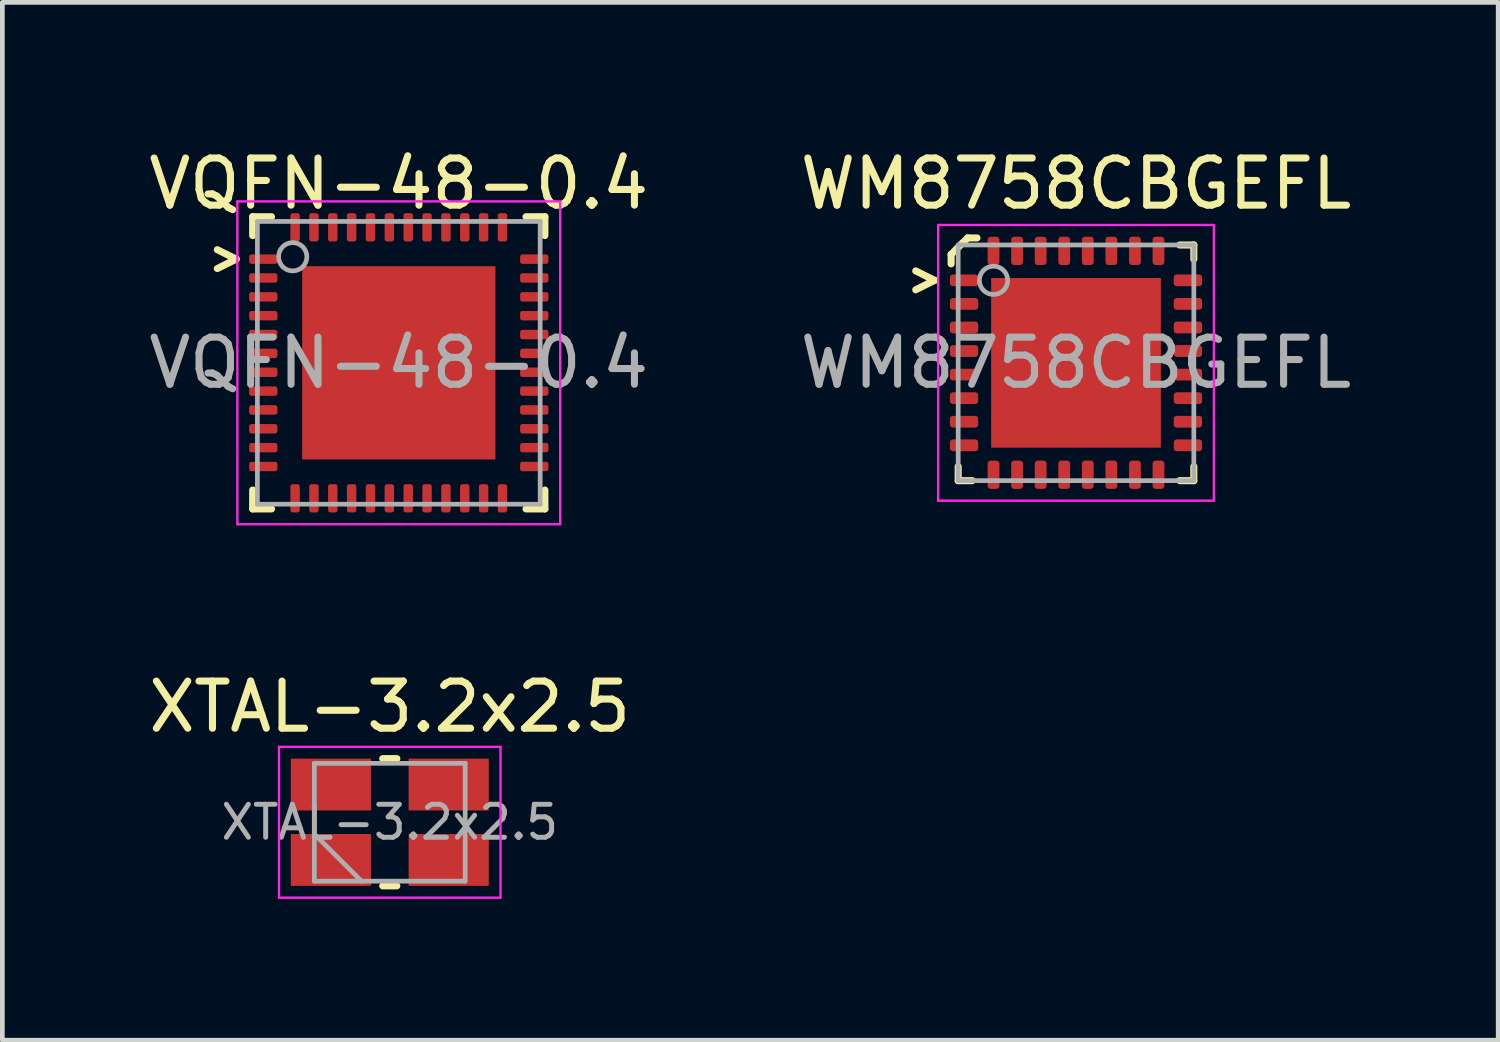
<source format=kicad_pcb>
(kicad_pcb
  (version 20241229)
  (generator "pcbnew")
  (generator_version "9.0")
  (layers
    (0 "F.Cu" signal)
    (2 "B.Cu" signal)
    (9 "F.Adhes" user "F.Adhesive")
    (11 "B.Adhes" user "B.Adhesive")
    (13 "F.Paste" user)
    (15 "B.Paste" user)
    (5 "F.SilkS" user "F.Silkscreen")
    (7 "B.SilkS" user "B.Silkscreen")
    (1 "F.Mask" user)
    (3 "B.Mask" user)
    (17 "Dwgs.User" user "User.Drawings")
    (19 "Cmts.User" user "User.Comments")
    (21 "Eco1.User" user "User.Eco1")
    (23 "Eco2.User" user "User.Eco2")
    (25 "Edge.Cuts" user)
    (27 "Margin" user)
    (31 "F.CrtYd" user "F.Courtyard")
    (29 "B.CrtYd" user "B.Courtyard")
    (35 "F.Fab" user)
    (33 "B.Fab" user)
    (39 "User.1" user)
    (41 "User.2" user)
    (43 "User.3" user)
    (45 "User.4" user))
  (footprint "XTAL-3.2x2.5"
    (layer "F.Cu")
    (at 5.22 14.396)
    (property "Reference" "XTAL-3.2x2.5" (at 0 -2.45 0) (layer "F.SilkS") (effects (font (size 1 1) (thickness 0.15))))
    (attr smd)
    (fp_line (start 0.15 -1.35) (end -0.15 -1.35) (stroke (width 0.15) (type solid)) (layer "F.SilkS"))
    (fp_line (start 0.15 1.35) (end -0.15 1.35) (stroke (width 0.15) (type solid)) (layer "F.SilkS"))
    (fp_line (start -2.35 -1.6) (end -2.35 1.6) (stroke (width 0.05) (type solid)) (layer "F.CrtYd"))
    (fp_line (start -2.35 1.6) (end 2.35 1.6) (stroke (width 0.05) (type solid)) (layer "F.CrtYd"))
    (fp_line (start 2.35 -1.6) (end -2.35 -1.6) (stroke (width 0.05) (type solid)) (layer "F.CrtYd"))
    (fp_line (start 2.35 1.6) (end 2.35 -1.6) (stroke (width 0.05) (type solid)) (layer "F.CrtYd"))
    (fp_line (start -1.6 -1.25) (end -1.6 1.25) (stroke (width 0.1) (type solid)) (layer "F.Fab"))
    (fp_line (start -1.6 0.25) (end -0.6 1.25) (stroke (width 0.1) (type solid)) (layer "F.Fab"))
    (fp_line (start -1.6 1.25) (end 1.6 1.25) (stroke (width 0.1) (type solid)) (layer "F.Fab"))
    (fp_line (start 1.6 -1.25) (end -1.6 -1.25) (stroke (width 0.1) (type solid)) (layer "F.Fab"))
    (fp_line (start 1.6 1.25) (end 1.6 -1.25) (stroke (width 0.1) (type solid)) (layer "F.Fab"))
    (fp_text user "${REFERENCE}" (at 0 0 0) (layer "F.Fab") (effects (font (size 0.7 0.7) (thickness 0.105))))
    (pad "1" smd rect (at -1.25 0.8) (size 1.7 1.1) (layers "F.Cu" "F.Mask" "F.Paste"))
    (pad "2" smd rect (at 1.25 0.8) (size 1.7 1.1) (layers "F.Cu" "F.Mask" "F.Paste"))
    (pad "3" smd rect (at 1.25 -0.8) (size 1.7 1.1) (layers "F.Cu" "F.Mask" "F.Paste"))
    (pad "4" smd rect (at -1.25 -0.8) (size 1.7 1.1) (layers "F.Cu" "F.Mask" "F.Paste")))
  (footprint "VQFN-48-0.4"
    (layer "F.Cu")
    (at 5.411 4.648)
    (property "Reference" "VQFN-48-0.4" (at 0 -3.8 0) (layer "F.SilkS") (effects (font (size 1 1) (thickness 0.15))))
    (attr smd)
    (fp_line (start -3.85 -2) (end -3.45 -2.2) (stroke (width 0.15) (type default)) (layer "F.SilkS"))
    (fp_line (start -3.45 -2.2) (end -3.85 -2.4) (stroke (width 0.15) (type default)) (layer "F.SilkS"))
    (fp_line (start -3.1 -3.1) (end -3.1 -2.7) (stroke (width 0.15) (type solid)) (layer "F.SilkS"))
    (fp_line (start -3.1 -3.1) (end -2.7 -3.1) (stroke (width 0.15) (type solid)) (layer "F.SilkS"))
    (fp_line (start -3.1 3.1) (end -3.1 2.7) (stroke (width 0.15) (type solid)) (layer "F.SilkS"))
    (fp_line (start -3.1 3.1) (end -2.7 3.1) (stroke (width 0.15) (type solid)) (layer "F.SilkS"))
    (fp_line (start 3.1 -3.1) (end 2.7 -3.1) (stroke (width 0.15) (type solid)) (layer "F.SilkS"))
    (fp_line (start 3.1 -3.1) (end 3.1 -2.7) (stroke (width 0.15) (type solid)) (layer "F.SilkS"))
    (fp_line (start 3.1 3.1) (end 2.7 3.1) (stroke (width 0.15) (type solid)) (layer "F.SilkS"))
    (fp_line (start 3.1 3.1) (end 3.1 2.7) (stroke (width 0.15) (type solid)) (layer "F.SilkS"))
    (fp_line (start -3.425 -3.425) (end -3.425 3.425) (stroke (width 0.05) (type solid)) (layer "F.CrtYd"))
    (fp_line (start -3.425 3.425) (end 3.425 3.425) (stroke (width 0.05) (type solid)) (layer "F.CrtYd"))
    (fp_line (start 3.425 -3.425) (end -3.425 -3.425) (stroke (width 0.05) (type solid)) (layer "F.CrtYd"))
    (fp_line (start 3.425 3.425) (end 3.425 -3.425) (stroke (width 0.05) (type solid)) (layer "F.CrtYd"))
    (fp_line (start -3 -3) (end 3 -3) (stroke (width 0.1) (type solid)) (layer "F.Fab"))
    (fp_line (start -3 3) (end -3 -3) (stroke (width 0.1) (type solid)) (layer "F.Fab"))
    (fp_line (start 3 -3) (end 3 3) (stroke (width 0.1) (type solid)) (layer "F.Fab"))
    (fp_line (start 3 3) (end -3 3) (stroke (width 0.1) (type solid)) (layer "F.Fab"))
    (fp_circle (center -2.25 -2.25) (end -1.95 -2.25) (stroke (width 0.1) (type default)) (fill no) (layer "F.Fab"))
    (fp_text user "${REFERENCE}" (at 0 0 0) (layer "F.Fab") (effects (font (size 1 1) (thickness 0.15))))
    (pad "" smd roundrect (at -1.3 -1.3) (size 1 1) (layers "F.Paste") (roundrect_rratio 0.25))
    (pad "" smd roundrect (at -1.3 0) (size 1 1) (layers "F.Paste") (roundrect_rratio 0.25))
    (pad "" smd roundrect (at -1.3 1.3) (size 1 1) (layers "F.Paste") (roundrect_rratio 0.25))
    (pad "" smd roundrect (at 0 -1.3) (size 1 1) (layers "F.Paste") (roundrect_rratio 0.25))
    (pad "" smd roundrect (at 0 0) (size 1 1) (layers "F.Paste") (roundrect_rratio 0.25))
    (pad "" smd roundrect (at 0 1.3) (size 1 1) (layers "F.Paste") (roundrect_rratio 0.25))
    (pad "" smd roundrect (at 1.3 -1.3) (size 1 1) (layers "F.Paste") (roundrect_rratio 0.25))
    (pad "" smd roundrect (at 1.3 0) (size 1 1) (layers "F.Paste") (roundrect_rratio 0.25))
    (pad "" smd roundrect (at 1.3 1.3) (size 1 1) (layers "F.Paste") (roundrect_rratio 0.25))
    (pad "1" smd roundrect (at -2.875 -2.2) (size 0.6 0.2) (layers "F.Cu" "F.Mask" "F.Paste") (roundrect_rratio 0.25))
    (pad "2" smd roundrect (at -2.875 -1.8) (size 0.6 0.2) (layers "F.Cu" "F.Mask" "F.Paste") (roundrect_rratio 0.25))
    (pad "3" smd roundrect (at -2.875 -1.4) (size 0.6 0.2) (layers "F.Cu" "F.Mask" "F.Paste") (roundrect_rratio 0.25))
    (pad "4" smd roundrect (at -2.875 -1) (size 0.6 0.2) (layers "F.Cu" "F.Mask" "F.Paste") (roundrect_rratio 0.25))
    (pad "5" smd roundrect (at -2.875 -0.6) (size 0.6 0.2) (layers "F.Cu" "F.Mask" "F.Paste") (roundrect_rratio 0.25))
    (pad "6" smd roundrect (at -2.875 -0.2) (size 0.6 0.2) (layers "F.Cu" "F.Mask" "F.Paste") (roundrect_rratio 0.25))
    (pad "7" smd roundrect (at -2.875 0.2) (size 0.6 0.2) (layers "F.Cu" "F.Mask" "F.Paste") (roundrect_rratio 0.25))
    (pad "8" smd roundrect (at -2.875 0.6) (size 0.6 0.2) (layers "F.Cu" "F.Mask" "F.Paste") (roundrect_rratio 0.25))
    (pad "9" smd roundrect (at -2.875 1) (size 0.6 0.2) (layers "F.Cu" "F.Mask" "F.Paste") (roundrect_rratio 0.25))
    (pad "10" smd roundrect (at -2.875 1.4) (size 0.6 0.2) (layers "F.Cu" "F.Mask" "F.Paste") (roundrect_rratio 0.25))
    (pad "11" smd roundrect (at -2.875 1.8) (size 0.6 0.2) (layers "F.Cu" "F.Mask" "F.Paste") (roundrect_rratio 0.25))
    (pad "12" smd roundrect (at -2.875 2.2) (size 0.6 0.2) (layers "F.Cu" "F.Mask" "F.Paste") (roundrect_rratio 0.25))
    (pad "13" smd roundrect (at -2.2 2.875 90) (size 0.6 0.2) (layers "F.Cu" "F.Mask" "F.Paste") (roundrect_rratio 0.25))
    (pad "14" smd roundrect (at -1.8 2.875 90) (size 0.6 0.2) (layers "F.Cu" "F.Mask" "F.Paste") (roundrect_rratio 0.25))
    (pad "15" smd roundrect (at -1.4 2.875 90) (size 0.6 0.2) (layers "F.Cu" "F.Mask" "F.Paste") (roundrect_rratio 0.25))
    (pad "16" smd roundrect (at -1 2.875 90) (size 0.6 0.2) (layers "F.Cu" "F.Mask" "F.Paste") (roundrect_rratio 0.25))
    (pad "17" smd roundrect (at -0.6 2.875 90) (size 0.6 0.2) (layers "F.Cu" "F.Mask" "F.Paste") (roundrect_rratio 0.25))
    (pad "18" smd roundrect (at -0.2 2.875 90) (size 0.6 0.2) (layers "F.Cu" "F.Mask" "F.Paste") (roundrect_rratio 0.25))
    (pad "19" smd roundrect (at 0.2 2.875 90) (size 0.6 0.2) (layers "F.Cu" "F.Mask" "F.Paste") (roundrect_rratio 0.25))
    (pad "20" smd roundrect (at 0.6 2.875 90) (size 0.6 0.2) (layers "F.Cu" "F.Mask" "F.Paste") (roundrect_rratio 0.25))
    (pad "21" smd roundrect (at 1 2.875 90) (size 0.6 0.2) (layers "F.Cu" "F.Mask" "F.Paste") (roundrect_rratio 0.25))
    (pad "22" smd roundrect (at 1.4 2.875 90) (size 0.6 0.2) (layers "F.Cu" "F.Mask" "F.Paste") (roundrect_rratio 0.25))
    (pad "23" smd roundrect (at 1.8 2.875 90) (size 0.6 0.2) (layers "F.Cu" "F.Mask" "F.Paste") (roundrect_rratio 0.25))
    (pad "24" smd roundrect (at 2.2 2.875 90) (size 0.6 0.2) (layers "F.Cu" "F.Mask" "F.Paste") (roundrect_rratio 0.25))
    (pad "25" smd roundrect (at 2.875 2.2) (size 0.6 0.2) (layers "F.Cu" "F.Mask" "F.Paste") (roundrect_rratio 0.25))
    (pad "26" smd roundrect (at 2.875 1.8) (size 0.6 0.2) (layers "F.Cu" "F.Mask" "F.Paste") (roundrect_rratio 0.25))
    (pad "27" smd roundrect (at 2.875 1.4) (size 0.6 0.2) (layers "F.Cu" "F.Mask" "F.Paste") (roundrect_rratio 0.25))
    (pad "28" smd roundrect (at 2.875 1) (size 0.6 0.2) (layers "F.Cu" "F.Mask" "F.Paste") (roundrect_rratio 0.25))
    (pad "29" smd roundrect (at 2.875 0.6) (size 0.6 0.2) (layers "F.Cu" "F.Mask" "F.Paste") (roundrect_rratio 0.25))
    (pad "30" smd roundrect (at 2.875 0.2) (size 0.6 0.2) (layers "F.Cu" "F.Mask" "F.Paste") (roundrect_rratio 0.25))
    (pad "31" smd roundrect (at 2.875 -0.2) (size 0.6 0.2) (layers "F.Cu" "F.Mask" "F.Paste") (roundrect_rratio 0.25))
    (pad "32" smd roundrect (at 2.875 -0.6) (size 0.6 0.2) (layers "F.Cu" "F.Mask" "F.Paste") (roundrect_rratio 0.25))
    (pad "33" smd roundrect (at 2.875 -1) (size 0.6 0.2) (layers "F.Cu" "F.Mask" "F.Paste") (roundrect_rratio 0.25))
    (pad "34" smd roundrect (at 2.875 -1.4) (size 0.6 0.2) (layers "F.Cu" "F.Mask" "F.Paste") (roundrect_rratio 0.25))
    (pad "35" smd roundrect (at 2.875 -1.8) (size 0.6 0.2) (layers "F.Cu" "F.Mask" "F.Paste") (roundrect_rratio 0.25))
    (pad "36" smd roundrect (at 2.875 -2.2) (size 0.6 0.2) (layers "F.Cu" "F.Mask" "F.Paste") (roundrect_rratio 0.25))
    (pad "37" smd roundrect (at 2.2 -2.875 90) (size 0.6 0.2) (layers "F.Cu" "F.Mask" "F.Paste") (roundrect_rratio 0.25))
    (pad "38" smd roundrect (at 1.8 -2.875 90) (size 0.6 0.2) (layers "F.Cu" "F.Mask" "F.Paste") (roundrect_rratio 0.25))
    (pad "39" smd roundrect (at 1.4 -2.875 90) (size 0.6 0.2) (layers "F.Cu" "F.Mask" "F.Paste") (roundrect_rratio 0.25))
    (pad "40" smd roundrect (at 1 -2.875 90) (size 0.6 0.2) (layers "F.Cu" "F.Mask" "F.Paste") (roundrect_rratio 0.25))
    (pad "41" smd roundrect (at 0.6 -2.875 90) (size 0.6 0.2) (layers "F.Cu" "F.Mask" "F.Paste") (roundrect_rratio 0.25))
    (pad "42" smd roundrect (at 0.2 -2.875 90) (size 0.6 0.2) (layers "F.Cu" "F.Mask" "F.Paste") (roundrect_rratio 0.25))
    (pad "43" smd roundrect (at -0.2 -2.875 90) (size 0.6 0.2) (layers "F.Cu" "F.Mask" "F.Paste") (roundrect_rratio 0.25))
    (pad "44" smd roundrect (at -0.6 -2.875 90) (size 0.6 0.2) (layers "F.Cu" "F.Mask" "F.Paste") (roundrect_rratio 0.25))
    (pad "45" smd roundrect (at -1 -2.875 90) (size 0.6 0.2) (layers "F.Cu" "F.Mask" "F.Paste") (roundrect_rratio 0.25))
    (pad "46" smd roundrect (at -1.4 -2.875 90) (size 0.6 0.2) (layers "F.Cu" "F.Mask" "F.Paste") (roundrect_rratio 0.25))
    (pad "47" smd roundrect (at -1.8 -2.875 90) (size 0.6 0.2) (layers "F.Cu" "F.Mask" "F.Paste") (roundrect_rratio 0.25))
    (pad "48" smd roundrect (at -2.2 -2.875 90) (size 0.6 0.2) (layers "F.Cu" "F.Mask" "F.Paste") (roundrect_rratio 0.25))
    (pad "EP" smd rect (at 0 0) (size 4.1 4.1) (layers "F.Cu" "F.Mask")))
  (footprint "WM8758CBGEFL"
    (layer "F.Cu")
    (at 19.78 4.648)
    (property "Reference" "WM8758CBGEFL" (at 0 -3.8 0) (layer "F.SilkS") (effects (font (size 1 1) (thickness 0.15))))
    (attr smd)
    (fp_line (start -3.4 -1.55) (end -3 -1.75) (stroke (width 0.15) (type default)) (layer "F.SilkS"))
    (fp_line (start -3 -1.75) (end -3.4 -1.95) (stroke (width 0.15) (type default)) (layer "F.SilkS"))
    (fp_line (start -2.65 -2.3) (end -2.3 -2.65) (stroke (width 0.15) (type default)) (layer "F.SilkS"))
    (fp_line (start -2.65 -2.1) (end -2.65 -2.3) (stroke (width 0.15) (type solid)) (layer "F.SilkS"))
    (fp_line (start -2.5 2.5) (end -2.5 2.2) (stroke (width 0.15) (type solid)) (layer "F.SilkS"))
    (fp_line (start -2.3 -2.65) (end -2.1 -2.65) (stroke (width 0.15) (type solid)) (layer "F.SilkS"))
    (fp_line (start -2.2 2.5) (end -2.5 2.5) (stroke (width 0.15) (type solid)) (layer "F.SilkS"))
    (fp_line (start 2.2 -2.5) (end 2.5 -2.5) (stroke (width 0.15) (type solid)) (layer "F.SilkS"))
    (fp_line (start 2.5 -2.5) (end 2.5 -2.2) (stroke (width 0.15) (type solid)) (layer "F.SilkS"))
    (fp_line (start 2.5 2.2) (end 2.5 2.5) (stroke (width 0.15) (type solid)) (layer "F.SilkS"))
    (fp_line (start 2.5 2.5) (end 2.2 2.5) (stroke (width 0.15) (type solid)) (layer "F.SilkS"))
    (fp_line (start -2.925 -2.925) (end -2.925 2.925) (stroke (width 0.05) (type solid)) (layer "F.CrtYd"))
    (fp_line (start 2.925 -2.925) (end -2.925 -2.925) (stroke (width 0.05) (type solid)) (layer "F.CrtYd"))
    (fp_line (start 2.925 -2.925) (end 2.925 2.925) (stroke (width 0.05) (type solid)) (layer "F.CrtYd"))
    (fp_line (start 2.925 2.925) (end -2.925 2.925) (stroke (width 0.05) (type solid)) (layer "F.CrtYd"))
    (fp_line (start -2.5 -2.5) (end 2.5 -2.5) (stroke (width 0.1) (type solid)) (layer "F.Fab"))
    (fp_line (start -2.5 2.5) (end -2.5 -2.5) (stroke (width 0.1) (type solid)) (layer "F.Fab"))
    (fp_line (start 2.5 -2.5) (end 2.5 2.5) (stroke (width 0.1) (type solid)) (layer "F.Fab"))
    (fp_line (start 2.5 2.5) (end -2.5 2.5) (stroke (width 0.1) (type solid)) (layer "F.Fab"))
    (fp_circle (center -1.75 -1.75) (end -1.45 -1.75) (stroke (width 0.1) (type default)) (fill no) (layer "F.Fab"))
    (fp_text user "${REFERENCE}" (at 0 0 0) (layer "F.Fab") (effects (font (size 1 1) (thickness 0.15))))
    (pad "" smd roundrect (at -1.2 -1.2) (size 0.97 0.97) (layers "F.Paste") (roundrect_rratio 0.25))
    (pad "" smd roundrect (at -1.2 0) (size 0.97 0.97) (layers "F.Paste") (roundrect_rratio 0.25))
    (pad "" smd roundrect (at -1.2 1.2) (size 0.97 0.97) (layers "F.Paste") (roundrect_rratio 0.25))
    (pad "" smd roundrect (at 0 -1.2) (size 0.97 0.97) (layers "F.Paste") (roundrect_rratio 0.25))
    (pad "" smd roundrect (at 0 0) (size 0.97 0.97) (layers "F.Paste") (roundrect_rratio 0.25))
    (pad "" smd roundrect (at 0 1.2) (size 0.97 0.97) (layers "F.Paste") (roundrect_rratio 0.25))
    (pad "" smd roundrect (at 1.2 -1.2) (size 0.97 0.97) (layers "F.Paste") (roundrect_rratio 0.25))
    (pad "" smd roundrect (at 1.2 0) (size 0.97 0.97) (layers "F.Paste") (roundrect_rratio 0.25))
    (pad "" smd roundrect (at 1.2 1.2) (size 0.97 0.97) (layers "F.Paste") (roundrect_rratio 0.25))
    (pad "1" smd roundrect (at -2.375 -1.75) (size 0.6 0.25) (layers "F.Cu" "F.Mask" "F.Paste") (roundrect_rratio 0.25))
    (pad "2" smd roundrect (at -2.375 -1.25) (size 0.6 0.25) (layers "F.Cu" "F.Mask" "F.Paste") (roundrect_rratio 0.25))
    (pad "3" smd roundrect (at -2.375 -0.75) (size 0.6 0.25) (layers "F.Cu" "F.Mask" "F.Paste") (roundrect_rratio 0.25))
    (pad "4" smd roundrect (at -2.375 -0.25) (size 0.6 0.25) (layers "F.Cu" "F.Mask" "F.Paste") (roundrect_rratio 0.25))
    (pad "5" smd roundrect (at -2.375 0.25) (size 0.6 0.25) (layers "F.Cu" "F.Mask" "F.Paste") (roundrect_rratio 0.25))
    (pad "6" smd roundrect (at -2.375 0.75) (size 0.6 0.25) (layers "F.Cu" "F.Mask" "F.Paste") (roundrect_rratio 0.25))
    (pad "7" smd roundrect (at -2.375 1.25) (size 0.6 0.25) (layers "F.Cu" "F.Mask" "F.Paste") (roundrect_rratio 0.25))
    (pad "8" smd roundrect (at -2.375 1.75) (size 0.6 0.25) (layers "F.Cu" "F.Mask" "F.Paste") (roundrect_rratio 0.25))
    (pad "9" smd roundrect (at -1.75 2.375) (size 0.25 0.6) (layers "F.Cu" "F.Mask" "F.Paste") (roundrect_rratio 0.25))
    (pad "10" smd roundrect (at -1.25 2.375) (size 0.25 0.6) (layers "F.Cu" "F.Mask" "F.Paste") (roundrect_rratio 0.25))
    (pad "11" smd roundrect (at -0.75 2.375) (size 0.25 0.6) (layers "F.Cu" "F.Mask" "F.Paste") (roundrect_rratio 0.25))
    (pad "12" smd roundrect (at -0.25 2.375) (size 0.25 0.6) (layers "F.Cu" "F.Mask" "F.Paste") (roundrect_rratio 0.25))
    (pad "13" smd roundrect (at 0.25 2.375) (size 0.25 0.6) (layers "F.Cu" "F.Mask" "F.Paste") (roundrect_rratio 0.25))
    (pad "14" smd roundrect (at 0.75 2.375) (size 0.25 0.6) (layers "F.Cu" "F.Mask" "F.Paste") (roundrect_rratio 0.25))
    (pad "15" smd roundrect (at 1.25 2.375) (size 0.25 0.6) (layers "F.Cu" "F.Mask" "F.Paste") (roundrect_rratio 0.25))
    (pad "16" smd roundrect (at 1.75 2.375) (size 0.25 0.6) (layers "F.Cu" "F.Mask" "F.Paste") (roundrect_rratio 0.25))
    (pad "17" smd roundrect (at 2.375 1.75) (size 0.6 0.25) (layers "F.Cu" "F.Mask" "F.Paste") (roundrect_rratio 0.25))
    (pad "18" smd roundrect (at 2.375 1.25) (size 0.6 0.25) (layers "F.Cu" "F.Mask" "F.Paste") (roundrect_rratio 0.25))
    (pad "19" smd roundrect (at 2.375 0.75) (size 0.6 0.25) (layers "F.Cu" "F.Mask" "F.Paste") (roundrect_rratio 0.25))
    (pad "20" smd roundrect (at 2.375 0.25) (size 0.6 0.25) (layers "F.Cu" "F.Mask" "F.Paste") (roundrect_rratio 0.25))
    (pad "21" smd roundrect (at 2.375 -0.25) (size 0.6 0.25) (layers "F.Cu" "F.Mask" "F.Paste") (roundrect_rratio 0.25))
    (pad "22" smd roundrect (at 2.375 -0.75) (size 0.6 0.25) (layers "F.Cu" "F.Mask" "F.Paste") (roundrect_rratio 0.25))
    (pad "23" smd roundrect (at 2.375 -1.25) (size 0.6 0.25) (layers "F.Cu" "F.Mask" "F.Paste") (roundrect_rratio 0.25))
    (pad "24" smd roundrect (at 2.375 -1.75) (size 0.6 0.25) (layers "F.Cu" "F.Mask" "F.Paste") (roundrect_rratio 0.25))
    (pad "25" smd roundrect (at 1.75 -2.375) (size 0.25 0.6) (layers "F.Cu" "F.Mask" "F.Paste") (roundrect_rratio 0.25))
    (pad "26" smd roundrect (at 1.25 -2.375) (size 0.25 0.6) (layers "F.Cu" "F.Mask" "F.Paste") (roundrect_rratio 0.25))
    (pad "27" smd roundrect (at 0.75 -2.375) (size 0.25 0.6) (layers "F.Cu" "F.Mask" "F.Paste") (roundrect_rratio 0.25))
    (pad "28" smd roundrect (at 0.25 -2.375) (size 0.25 0.6) (layers "F.Cu" "F.Mask" "F.Paste") (roundrect_rratio 0.25))
    (pad "29" smd roundrect (at -0.25 -2.375) (size 0.25 0.6) (layers "F.Cu" "F.Mask" "F.Paste") (roundrect_rratio 0.25))
    (pad "30" smd roundrect (at -0.75 -2.375) (size 0.25 0.6) (layers "F.Cu" "F.Mask" "F.Paste") (roundrect_rratio 0.25))
    (pad "31" smd roundrect (at -1.25 -2.375) (size 0.25 0.6) (layers "F.Cu" "F.Mask" "F.Paste") (roundrect_rratio 0.25))
    (pad "32" smd roundrect (at -1.75 -2.375) (size 0.25 0.6) (layers "F.Cu" "F.Mask" "F.Paste") (roundrect_rratio 0.25))
    (pad "EP" smd rect (at 0 0) (size 3.6 3.6) (layers "F.Cu" "F.Mask")))
  (gr_rect
    (start -3 -3)
    (end 28.738 19.021)
    (stroke (width 0.1) (type default))
    (fill no)
    (layer "Edge.Cuts")))
</source>
